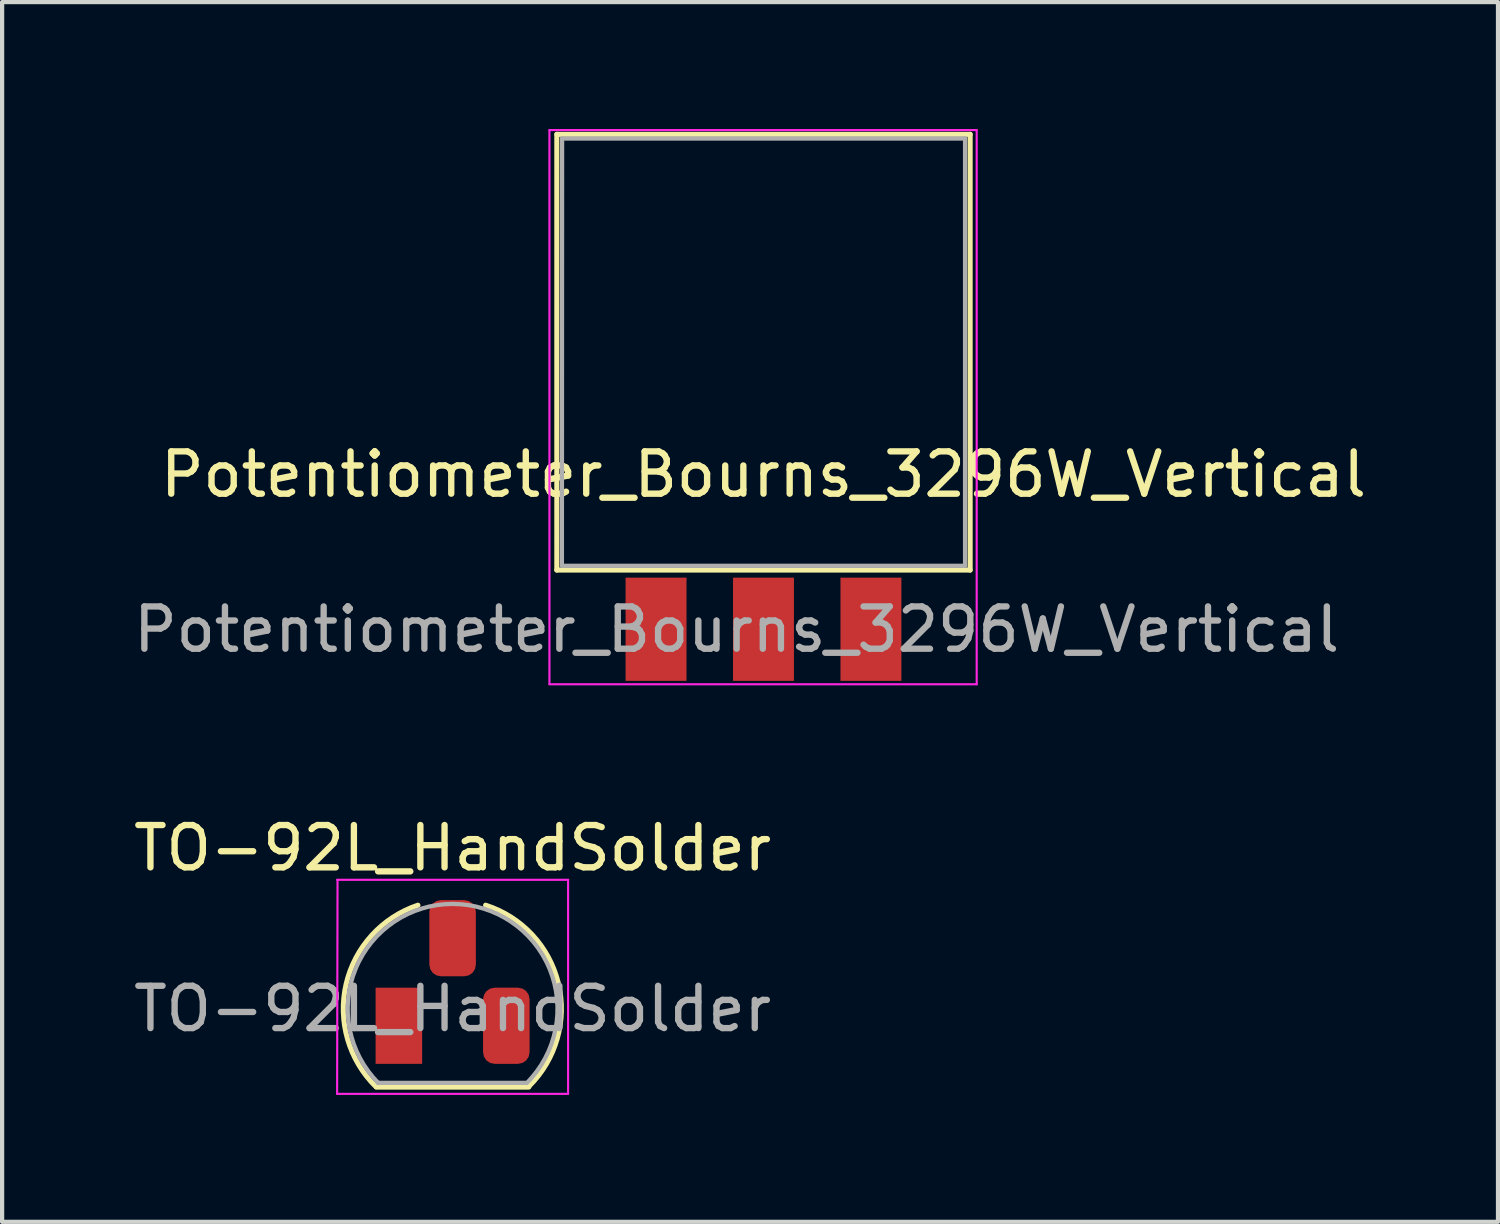
<source format=kicad_pcb>
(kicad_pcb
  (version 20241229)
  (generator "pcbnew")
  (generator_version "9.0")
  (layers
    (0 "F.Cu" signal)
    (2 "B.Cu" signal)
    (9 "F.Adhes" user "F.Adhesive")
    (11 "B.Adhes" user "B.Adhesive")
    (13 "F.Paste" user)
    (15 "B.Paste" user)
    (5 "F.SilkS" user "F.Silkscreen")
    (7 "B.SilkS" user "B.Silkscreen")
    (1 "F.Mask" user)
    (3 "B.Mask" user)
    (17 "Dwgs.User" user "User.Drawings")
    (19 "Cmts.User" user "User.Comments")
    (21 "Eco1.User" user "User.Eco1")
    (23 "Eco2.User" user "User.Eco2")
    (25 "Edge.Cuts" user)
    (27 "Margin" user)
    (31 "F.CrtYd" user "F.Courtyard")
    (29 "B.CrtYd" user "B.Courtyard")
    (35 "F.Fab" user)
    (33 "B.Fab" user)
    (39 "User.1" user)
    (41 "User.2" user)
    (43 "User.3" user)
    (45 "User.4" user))
  (footprint "Potentiometer_Bourns_3296W_Vertical"
    (layer "F.Cu")
    (at 17.538 11.825)
    (property "Reference" "Potentiometer_Bourns_3296W_Vertical" (at -2.54 -3.66 0) (layer "F.SilkS") (effects (font (size 1 1) (thickness 0.15))))
    (attr through_hole)
    (fp_line (start -7.425 -11.7) (end -7.425 -1.4) (stroke (width 0.12) (type solid)) (layer "F.SilkS"))
    (fp_line (start -7.425 -11.7) (end 2.345 -11.7) (stroke (width 0.12) (type solid)) (layer "F.SilkS"))
    (fp_line (start -7.425 -1.4) (end 2.345 -1.4) (stroke (width 0.12) (type solid)) (layer "F.SilkS"))
    (fp_line (start 2.345 -11.7) (end 2.345 -1.4) (stroke (width 0.12) (type solid)) (layer "F.SilkS"))
    (fp_line (start -7.6 -11.8) (end -7.6 1.3) (stroke (width 0.05) (type solid)) (layer "F.CrtYd"))
    (fp_line (start -7.6 -11.8) (end 2.5 -11.8) (stroke (width 0.05) (type solid)) (layer "F.CrtYd"))
    (fp_line (start -7.6 1.3) (end 2.5 1.3) (stroke (width 0.05) (type solid)) (layer "F.CrtYd"))
    (fp_line (start 2.5 1.3) (end 2.5 -11.8) (stroke (width 0.05) (type solid)) (layer "F.CrtYd"))
    (fp_line (start -7.305 -1.5) (end 2.225 -1.5) (stroke (width 0.1) (type solid)) (layer "F.Fab"))
    (fp_line (start -7.3 -11.6) (end -7.305 -1.5) (stroke (width 0.1) (type solid)) (layer "F.Fab"))
    (fp_line (start -7.3 -11.6) (end 2.225 -11.6) (stroke (width 0.1) (type solid)) (layer "F.Fab"))
    (fp_line (start 2.225 -1.5) (end 2.225 -11.6) (stroke (width 0.1) (type solid)) (layer "F.Fab"))
    (fp_text user "${REFERENCE}" (at -3.175 0.005 0) (layer "F.Fab") (effects (font (size 1 1) (thickness 0.15))))
    (pad "1" smd rect (at 0 0) (size 1.44 2.44) (layers "F.Cu" "F.Mask" "F.Paste"))
    (pad "2" smd rect (at -2.54 0) (size 1.44 2.44) (layers "F.Cu" "F.Mask" "F.Paste"))
    (pad "3" smd rect (at -5.08 0) (size 1.44 2.44) (layers "F.Cu" "F.Mask" "F.Paste")))
  (footprint "TO-92L_HandSolder"
    (layer "F.Cu")
    (at 6.379 20.798)
    (property "Reference" "TO-92L_HandSolder" (at 1.27 -3.8 0) (layer "F.SilkS") (effects (font (size 1 1) (thickness 0.15))))
    (attr through_hole)
    (fp_line (start -0.53 1.85) (end 3.07 1.85) (stroke (width 0.12) (type solid)) (layer "F.SilkS"))
    (fp_arc (start -0.541453 1.842156) (mid -1.247298 -0.581475) (end 0.45 -2.45) (stroke (width 0.12) (type solid)) (layer "F.SilkS"))
    (fp_arc (start 2.05 -2.45) (mid 3.769931 -0.601036) (end 3.078445 1.827684) (stroke (width 0.12) (type solid)) (layer "F.SilkS"))
    (fp_line (start -1.46 -3.05) (end 4 -3.05) (stroke (width 0.05) (type solid)) (layer "F.CrtYd"))
    (fp_line (start -1.45 -3.05) (end -1.46 2.01) (stroke (width 0.05) (type solid)) (layer "F.CrtYd"))
    (fp_line (start 4 2.01) (end -1.46 2.01) (stroke (width 0.05) (type solid)) (layer "F.CrtYd"))
    (fp_line (start 4 2.01) (end 4 -3.05) (stroke (width 0.05) (type solid)) (layer "F.CrtYd"))
    (fp_line (start -0.5 1.75) (end 3 1.75) (stroke (width 0.1) (type solid)) (layer "F.Fab"))
    (fp_arc (start -0.483625 1.753625) (mid -1.021221 -0.949055) (end 1.27 -2.48) (stroke (width 0.1) (type solid)) (layer "F.Fab"))
    (fp_arc (start 1.27 -2.48) (mid 3.561221 -0.949055) (end 3.023625 1.753625) (stroke (width 0.1) (type solid)) (layer "F.Fab"))
    (fp_text user "${REFERENCE}" (at 1.27 0 0) (layer "F.Fab") (effects (font (size 1 1) (thickness 0.15))))
    (pad "1" smd rect (at 0 0) (size 1.1 1.8) (drill (offset 0 0.4)) (layers "F.Cu" "F.Mask" "F.Paste"))
    (pad "2" smd roundrect (at 1.27 -1.27) (size 1.1 1.8) (drill (offset 0 -0.4)) (layers "F.Cu" "F.Mask" "F.Paste") (roundrect_rratio 0.25))
    (pad "3" smd roundrect (at 2.54 0) (size 1.1 1.8) (drill (offset 0 0.4)) (layers "F.Cu" "F.Mask" "F.Paste") (roundrect_rratio 0.25)))
  (gr_rect
    (start -3 -3)
    (end 32.361 25.833)
    (stroke (width 0.1) (type default))
    (fill no)
    (layer "Edge.Cuts")))
</source>
